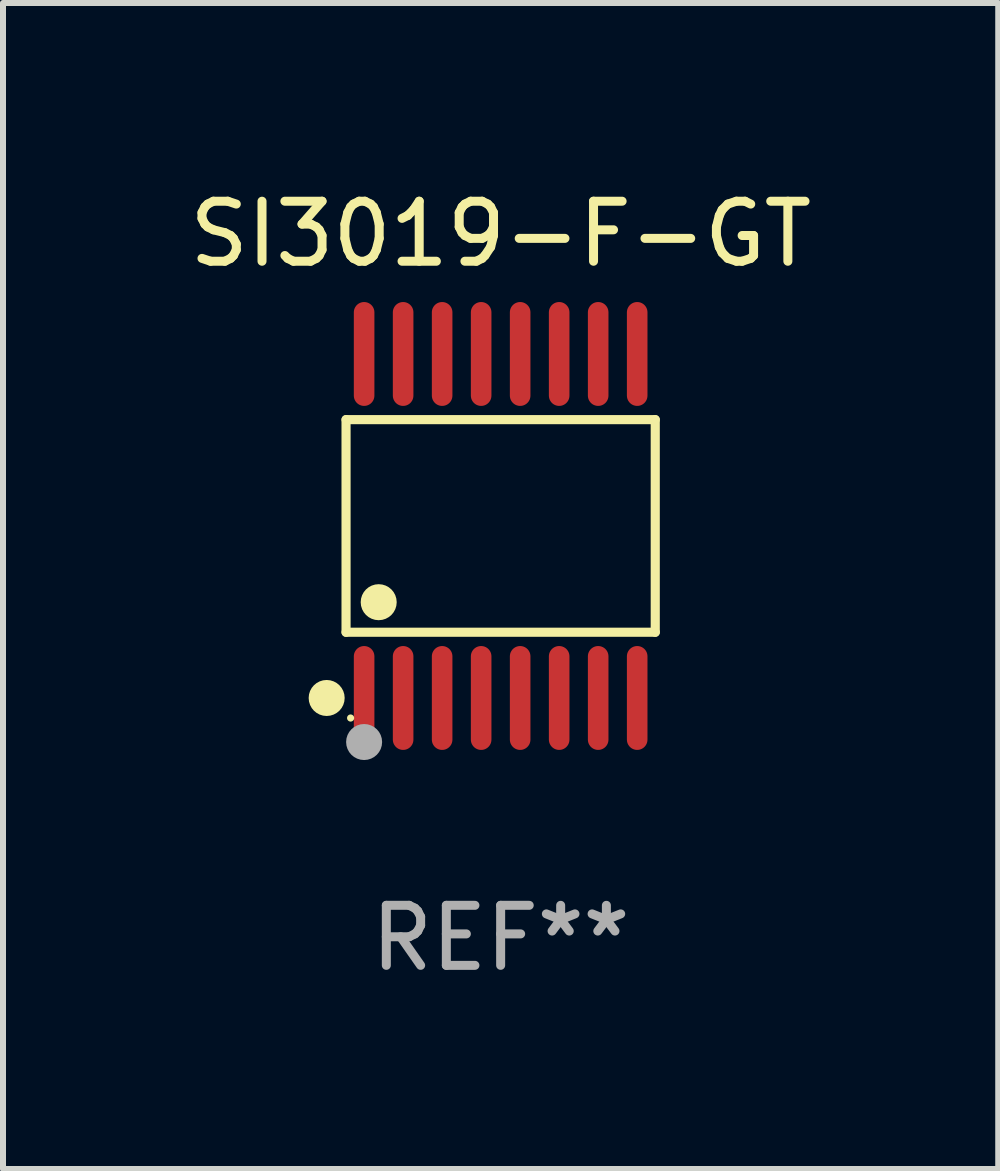
<source format=kicad_pcb>
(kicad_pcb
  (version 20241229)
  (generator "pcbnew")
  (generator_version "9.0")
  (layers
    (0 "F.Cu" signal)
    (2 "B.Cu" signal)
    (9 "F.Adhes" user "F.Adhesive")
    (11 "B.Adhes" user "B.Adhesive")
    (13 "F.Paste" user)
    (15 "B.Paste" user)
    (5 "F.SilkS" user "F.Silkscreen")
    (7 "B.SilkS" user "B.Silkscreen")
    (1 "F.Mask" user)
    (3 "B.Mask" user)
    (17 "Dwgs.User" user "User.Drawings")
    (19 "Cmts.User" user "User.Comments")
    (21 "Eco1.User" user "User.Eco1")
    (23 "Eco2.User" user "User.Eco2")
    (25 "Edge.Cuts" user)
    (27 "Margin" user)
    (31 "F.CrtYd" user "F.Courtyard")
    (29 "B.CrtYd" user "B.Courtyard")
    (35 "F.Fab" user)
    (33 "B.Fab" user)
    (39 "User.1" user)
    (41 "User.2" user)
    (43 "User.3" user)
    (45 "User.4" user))
  (footprint "SI3019-F-GT"
    (layer "F.Cu")
    (at 5.292 5.714)
    (property "Reference" "SI3019-F-GT" (at 0 -4.866 0) (layer "F.SilkS") (effects (font (size 1 1) (thickness 0.15))))
    (attr through_hole)
    (fp_line (start -2.576 -1.772) (end 2.576 -1.772) (stroke (width 0.152) (type solid)) (layer "F.SilkS"))
    (fp_line (start -2.576 1.771) (end -2.576 -1.772) (stroke (width 0.152) (type solid)) (layer "F.SilkS"))
    (fp_line (start 2.576 -1.772) (end 2.576 1.771) (stroke (width 0.152) (type solid)) (layer "F.SilkS"))
    (fp_line (start 2.576 1.771) (end -2.576 1.771) (stroke (width 0.152) (type solid)) (layer "F.SilkS"))
    (fp_circle (center -2.899 2.866) (end -2.749 2.866) (stroke (width 0.3) (type solid)) (fill no) (layer "F.SilkS"))
    (fp_circle (center -2.5 3.2) (end -2.47 3.2) (stroke (width 0.06) (type solid)) (fill no) (layer "F.SilkS"))
    (fp_circle (center -2.032 1.27) (end -1.882 1.27) (stroke (width 0.3) (type solid)) (fill no) (layer "F.SilkS"))
    (fp_circle (center -2.275 3.6) (end -2.125 3.6) (stroke (width 0.3) (type solid)) (fill no) (layer "F.Fab"))
    (fp_text user "REF**" (at 0 6.866 0) (layer "F.Fab") (effects (font (size 1 1) (thickness 0.15))))
    (pad "1" smd oval (at -2.275 2.866) (size 0.343 1.731) (layers "F.Cu" "F.Mask" "F.Paste"))
    (pad "2" smd oval (at -1.625 2.866) (size 0.343 1.731) (layers "F.Cu" "F.Mask" "F.Paste"))
    (pad "3" smd oval (at -0.975 2.866) (size 0.343 1.731) (layers "F.Cu" "F.Mask" "F.Paste"))
    (pad "4" smd oval (at -0.325 2.866) (size 0.343 1.731) (layers "F.Cu" "F.Mask" "F.Paste"))
    (pad "5" smd oval (at 0.325 2.866) (size 0.343 1.731) (layers "F.Cu" "F.Mask" "F.Paste"))
    (pad "6" smd oval (at 0.975 2.866) (size 0.343 1.731) (layers "F.Cu" "F.Mask" "F.Paste"))
    (pad "7" smd oval (at 1.625 2.866) (size 0.343 1.731) (layers "F.Cu" "F.Mask" "F.Paste"))
    (pad "8" smd oval (at 2.275 2.866) (size 0.343 1.731) (layers "F.Cu" "F.Mask" "F.Paste"))
    (pad "9" smd oval (at 2.275 -2.866) (size 0.343 1.731) (layers "F.Cu" "F.Mask" "F.Paste"))
    (pad "10" smd oval (at 1.625 -2.866) (size 0.343 1.731) (layers "F.Cu" "F.Mask" "F.Paste"))
    (pad "11" smd oval (at 0.975 -2.866) (size 0.343 1.731) (layers "F.Cu" "F.Mask" "F.Paste"))
    (pad "12" smd oval (at 0.325 -2.866) (size 0.343 1.731) (layers "F.Cu" "F.Mask" "F.Paste"))
    (pad "13" smd oval (at -0.325 -2.866) (size 0.343 1.731) (layers "F.Cu" "F.Mask" "F.Paste"))
    (pad "14" smd oval (at -0.975 -2.866) (size 0.343 1.731) (layers "F.Cu" "F.Mask" "F.Paste"))
    (pad "15" smd oval (at -1.625 -2.866) (size 0.343 1.731) (layers "F.Cu" "F.Mask" "F.Paste"))
    (pad "16" smd oval (at -2.275 -2.866) (size 0.343 1.731) (layers "F.Cu" "F.Mask" "F.Paste")))
  (gr_rect
    (start -3 -3)
    (end 13.583 16.428)
    (stroke (width 0.1) (type default))
    (fill no)
    (layer "Edge.Cuts")))
</source>
